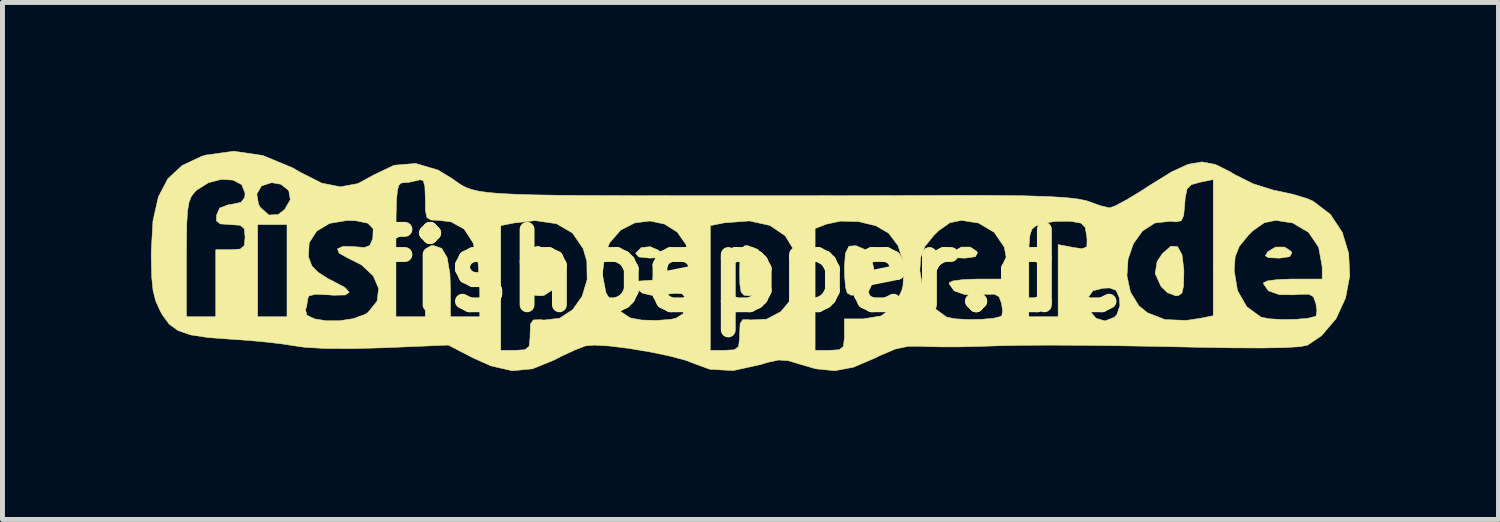
<source format=kicad_pcb>
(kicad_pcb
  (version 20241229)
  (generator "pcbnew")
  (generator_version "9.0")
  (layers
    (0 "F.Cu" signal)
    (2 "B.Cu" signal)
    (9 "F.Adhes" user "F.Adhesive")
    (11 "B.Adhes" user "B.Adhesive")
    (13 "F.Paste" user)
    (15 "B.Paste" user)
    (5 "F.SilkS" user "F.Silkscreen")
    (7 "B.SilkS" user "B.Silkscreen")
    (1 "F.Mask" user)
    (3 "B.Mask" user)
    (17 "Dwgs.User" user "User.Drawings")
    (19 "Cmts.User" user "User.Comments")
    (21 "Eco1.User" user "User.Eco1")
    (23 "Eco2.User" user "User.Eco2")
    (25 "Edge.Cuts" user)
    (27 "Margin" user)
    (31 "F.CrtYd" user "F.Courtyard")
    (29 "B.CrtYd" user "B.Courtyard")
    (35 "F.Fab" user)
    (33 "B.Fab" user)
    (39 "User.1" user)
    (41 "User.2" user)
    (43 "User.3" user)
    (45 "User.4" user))
  (footprint "fishpepper.de"
    (layer "F.Cu")
    (at 12.061 2.418)
    (property "Reference" "fishpepper.de" (at 0 0 0) (layer "F.SilkS") (effects (font (size 1.524 1.524) (thickness 0.3))))
    (attr through_hole)
    (fp_poly (pts (xy -1.809 -0.413) (xy -1.781 -0.385) (xy -1.732 -0.3) (xy -1.794 -0.262) (xy -1.986 -0.254) (xy -2.206 -0.277) (xy -2.268 -0.347) (xy -2.265 -0.36) (xy -2.156 -0.466) (xy -1.977 -0.485) (xy -1.809 -0.413)) (stroke (width 0.01) (type solid)) (fill yes) (layer "F.SilkS"))
    (fp_poly (pts (xy 4.622 -0.39) (xy 4.636 -0.36) (xy 4.593 -0.283) (xy 4.395 -0.254) (xy 4.357 -0.254) (xy 4.16 -0.263) (xy 4.102 -0.302) (xy 4.152 -0.385) (xy 4.308 -0.477) (xy 4.491 -0.477) (xy 4.622 -0.39)) (stroke (width 0.01) (type solid)) (fill yes) (layer "F.SilkS"))
    (fp_poly (pts (xy 10.972 -0.39) (xy 10.986 -0.36) (xy 10.943 -0.283) (xy 10.745 -0.254) (xy 10.707 -0.254) (xy 10.51 -0.263) (xy 10.452 -0.302) (xy 10.502 -0.385) (xy 10.658 -0.477) (xy 10.841 -0.477) (xy 10.972 -0.39)) (stroke (width 0.01) (type solid)) (fill yes) (layer "F.SilkS"))
    (fp_poly (pts (xy 8.677 -0.486) (xy 8.767 -0.324) (xy 8.805 -0.015) (xy 8.805 0.04) (xy 8.798 0.31) (xy 8.766 0.452) (xy 8.695 0.503) (xy 8.641 0.508) (xy 8.471 0.443) (xy 8.344 0.32) (xy 8.225 0.058) (xy 8.265 -0.186) (xy 8.369 -0.343) (xy 8.542 -0.495) (xy 8.677 -0.486)) (stroke (width 0.01) (type solid)) (fill yes) (layer "F.SilkS"))
    (fp_poly (pts (xy 0.194 -0.432) (xy 0.353 -0.237) (xy 0.423 0.026) (xy 0.423 0.053) (xy 0.367 0.33) (xy 0.199 0.479) (xy 0.025 0.508) (xy -0.083 0.495) (xy -0.141 0.429) (xy -0.165 0.271) (xy -0.169 0) (xy -0.162 -0.285) (xy -0.134 -0.44) (xy -0.072 -0.501) (xy -0.013 -0.508) (xy 0.194 -0.432)) (stroke (width 0.01) (type solid)) (fill yes) (layer "F.SilkS"))
    (fp_poly (pts (xy 2.376 -0.42) (xy 2.487 -0.278) (xy 2.54 -0.047) (xy 2.531 0.2) (xy 2.452 0.391) (xy 2.438 0.406) (xy 2.268 0.495) (xy 2.08 0.494) (xy 2.004 0.452) (xy 1.972 0.341) (xy 1.952 0.119) (xy 1.947 -0.056) (xy 1.967 -0.35) (xy 2.039 -0.494) (xy 2.182 -0.505) (xy 2.376 -0.42)) (stroke (width 0.01) (type solid)) (fill yes) (layer "F.SilkS"))
    (fp_poly (pts (xy -4.078 -0.431) (xy -4.068 -0.426) (xy -3.911 -0.266) (xy -3.845 -0.043) (xy -3.862 0.194) (xy -3.958 0.393) (xy -4.124 0.501) (xy -4.189 0.508) (xy -4.307 0.498) (xy -4.371 0.44) (xy -4.397 0.294) (xy -4.403 0.022) (xy -4.403 0) (xy -4.391 -0.305) (xy -4.345 -0.463) (xy -4.246 -0.498) (xy -4.078 -0.431)) (stroke (width 0.01) (type solid)) (fill yes) (layer "F.SilkS"))
    (fp_poly (pts (xy -9.801 -2.327) (xy -9.204 -2.08) (xy -9.047 -1.989) (xy -8.612 -1.769) (xy -8.234 -1.694) (xy -7.879 -1.76) (xy -7.576 -1.926) (xy -7.151 -2.13) (xy -6.712 -2.166) (xy -6.266 -2.034) (xy -5.981 -1.863) (xy -5.886 -1.794) (xy -5.798 -1.735) (xy -5.705 -1.684) (xy -5.593 -1.642) (xy -5.449 -1.608) (xy -5.26 -1.58) (xy -5.014 -1.559) (xy -4.697 -1.543) (xy -4.296 -1.531) (xy -3.799 -1.523) (xy -3.192 -1.518) (xy -2.462 -1.516) (xy -1.596 -1.515) (xy -0.582 -1.515) (xy 0.085 -1.515) (xy 0.777 -1.515) (xy 1.438 -1.515) (xy 2.042 -1.516) (xy 2.564 -1.516) (xy 2.979 -1.517) (xy 3.262 -1.518) (xy 3.344 -1.518) (xy 4.237 -1.522) (xy 4.974 -1.52) (xy 5.571 -1.513) (xy 6.041 -1.499) (xy 6.4 -1.478) (xy 6.661 -1.449) (xy 6.839 -1.413) (xy 6.902 -1.391) (xy 7.126 -1.31) (xy 7.296 -1.271) (xy 7.312 -1.27) (xy 7.43 -1.315) (xy 7.652 -1.434) (xy 7.94 -1.609) (xy 8.136 -1.736) (xy 8.557 -1.996) (xy 8.89 -2.149) (xy 9.173 -2.197) (xy 9.442 -2.146) (xy 9.735 -2.001) (xy 9.826 -1.944) (xy 10.205 -1.755) (xy 10.621 -1.625) (xy 10.695 -1.611) (xy 11.011 -1.543) (xy 11.299 -1.455) (xy 11.416 -1.404) (xy 11.766 -1.137) (xy 12.005 -0.774) (xy 12.134 -0.35) (xy 12.156 0.103) (xy 12.071 0.553) (xy 11.881 0.968) (xy 11.587 1.313) (xy 11.303 1.505) (xy 11.152 1.535) (xy 10.841 1.554) (xy 10.378 1.562) (xy 9.771 1.559) (xy 9.186 1.549) (xy 8.209 1.529) (xy 7.379 1.515) (xy 6.672 1.507) (xy 6.067 1.504) (xy 5.542 1.508) (xy 5.072 1.517) (xy 4.699 1.529) (xy 4.294 1.539) (xy 3.896 1.54) (xy 3.576 1.532) (xy 3.514 1.528) (xy 3.235 1.528) (xy 2.978 1.583) (xy 2.673 1.711) (xy 2.564 1.765) (xy 2.131 1.95) (xy 1.755 2.021) (xy 1.371 1.983) (xy 1.071 1.896) (xy 0.814 1.819) (xy 0.618 1.805) (xy 0.394 1.853) (xy 0.257 1.896) (xy -0.298 2.018) (xy -0.77 1.992) (xy -1.032 1.897) (xy -1.263 1.809) (xy -1.601 1.72) (xy -2 1.638) (xy -2.414 1.569) (xy -2.798 1.522) (xy -3.105 1.504) (xy -3.281 1.519) (xy -3.49 1.599) (xy -3.767 1.727) (xy -3.928 1.81) (xy -4.355 1.983) (xy -4.763 2.022) (xy -5.194 1.923) (xy -5.546 1.766) (xy -6.054 1.503) (xy -7.366 1.558) (xy -8.007 1.575) (xy -8.547 1.572) (xy -8.961 1.547) (xy -9.144 1.521) (xy -9.447 1.475) (xy -9.847 1.43) (xy -10.274 1.396) (xy -10.414 1.387) (xy -10.907 1.351) (xy -11.262 1.297) (xy -11.513 1.211) (xy -11.692 1.082) (xy -11.83 0.895) (xy -11.875 0.813) (xy -11.964 0.616) (xy -12.019 0.402) (xy -12.047 0.124) (xy -12.055 -0.238) (xy -11.345 -0.238) (xy -11.345 0.931) (xy -10.753 0.931) (xy -10.753 -0.423) (xy -10.456 -0.423) (xy -10.257 -0.437) (xy -10.176 -0.509) (xy -10.16 -0.677) (xy -10.176 -0.847) (xy -10.258 -0.917) (xy -10.457 -0.931) (xy -10.462 -0.931) (xy -9.906 -0.931) (xy -9.906 0.931) (xy -9.313 0.931) (xy -9.313 0.79) (xy -8.939 0.79) (xy -8.911 0.899) (xy -8.759 0.973) (xy -8.525 1.011) (xy -8.25 1.011) (xy -7.977 0.97) (xy -7.747 0.888) (xy -7.674 0.841) (xy -7.493 0.614) (xy -7.462 0.36) (xy -7.57 0.107) (xy -7.807 -0.116) (xy -8.065 -0.246) (xy -8.259 -0.352) (xy -8.287 -0.423) (xy -7.112 -0.423) (xy -7.112 0.931) (xy -6.519 0.931) (xy -6.519 0.212) (xy -6.516 -0.139) (xy -6.501 -0.352) (xy -6.467 -0.463) (xy -6.406 -0.504) (xy -6.353 -0.508) (xy -6.187 -0.45) (xy -6.078 -0.265) (xy -6.022 0.06) (xy -6.011 0.375) (xy -6.011 0.931) (xy -5.419 0.931) (xy -5.419 0.402) (xy -5.453 -0.156) (xy -5.556 -0.566) (xy -5.735 -0.84) (xy -5.861 -0.91) (xy -4.995 -0.91) (xy -4.995 1.609) (xy -4.699 1.609) (xy -4.506 1.597) (xy -4.423 1.53) (xy -4.403 1.357) (xy -4.403 1.287) (xy -4.394 1.079) (xy -4.338 0.995) (xy -4.191 0.99) (xy -4.122 0.998) (xy -3.806 0.96) (xy -3.543 0.789) (xy -3.352 0.519) (xy -3.25 0.181) (xy -3.252 0.067) (xy -2.943 0.067) (xy -2.87 0.446) (xy -2.68 0.752) (xy -2.387 0.95) (xy -2.371 0.956) (xy -2.149 0.997) (xy -1.85 1.006) (xy -1.562 0.983) (xy -1.46 0.963) (xy -1.312 0.87) (xy -1.27 0.672) (xy -1.27 0.671) (xy -1.278 0.529) (xy -1.333 0.465) (xy -1.478 0.458) (xy -1.677 0.48) (xy -1.954 0.496) (xy -2.13 0.455) (xy -2.243 0.37) (xy -2.317 0.288) (xy -2.316 0.239) (xy -2.214 0.211) (xy -1.984 0.195) (xy -1.794 0.187) (xy -1.185 0.162) (xy -1.185 -0.18) (xy -1.252 -0.525) (xy -1.43 -0.78) (xy -1.636 -0.91) (xy -0.762 -0.91) (xy -0.762 1.609) (xy -0.466 1.609) (xy -0.274 1.598) (xy -0.19 1.532) (xy -0.17 1.361) (xy -0.169 1.282) (xy -0.16 1.072) (xy -0.109 0.989) (xy 0.013 0.99) (xy 0.043 0.995) (xy 0.374 0.981) (xy 0.664 0.827) (xy 0.884 0.562) (xy 1.003 0.214) (xy 1.016 0.046) (xy 0.948 -0.38) (xy 0.753 -0.703) (xy 0.536 -0.851) (xy 1.355 -0.851) (xy 1.355 1.609) (xy 1.651 1.609) (xy 1.845 1.597) (xy 1.928 1.529) (xy 1.947 1.354) (xy 1.947 1.291) (xy 1.947 0.974) (xy 2.326 0.974) (xy 2.689 0.914) (xy 2.945 0.727) (xy 3.105 0.403) (xy 3.131 0.305) (xy 3.146 -0.005) (xy 3.471 -0.005) (xy 3.538 0.402) (xy 3.725 0.728) (xy 4.012 0.938) (xy 4.181 0.972) (xy 4.436 0.987) (xy 4.716 0.983) (xy 4.962 0.961) (xy 5.113 0.923) (xy 5.126 0.913) (xy 5.143 0.805) (xy 5.12 0.656) (xy 5.071 0.527) (xy 4.978 0.475) (xy 4.787 0.478) (xy 4.693 0.488) (xy 4.385 0.485) (xy 4.164 0.407) (xy 4.066 0.27) (xy 4.064 0.244) (xy 4.141 0.207) (xy 4.345 0.18) (xy 4.633 0.169) (xy 4.657 0.169) (xy 5.249 0.169) (xy 5.249 0.04) (xy 5.673 0.04) (xy 5.673 0.931) (xy 6.265 0.931) (xy 6.265 0.576) (xy 6.873 0.576) (xy 6.901 0.807) (xy 7.03 0.961) (xy 7.211 1.015) (xy 7.399 0.942) (xy 7.45 0.89) (xy 7.513 0.704) (xy 7.5 0.546) (xy 7.435 0.396) (xy 7.306 0.349) (xy 7.173 0.355) (xy 6.969 0.405) (xy 6.882 0.527) (xy 6.873 0.576) (xy 6.265 0.576) (xy 6.265 0.106) (xy 7.655 0.106) (xy 7.725 0.431) (xy 7.896 0.709) (xy 8.069 0.85) (xy 8.423 0.988) (xy 8.852 1.005) (xy 9.133 0.963) (xy 9.398 0.91) (xy 9.398 -0.005) (xy 9.821 -0.005) (xy 9.888 0.402) (xy 10.075 0.728) (xy 10.362 0.938) (xy 10.531 0.972) (xy 10.786 0.987) (xy 11.066 0.983) (xy 11.312 0.961) (xy 11.463 0.923) (xy 11.476 0.913) (xy 11.493 0.805) (xy 11.47 0.656) (xy 11.421 0.527) (xy 11.328 0.475) (xy 11.137 0.478) (xy 11.043 0.488) (xy 10.735 0.485) (xy 10.514 0.407) (xy 10.416 0.27) (xy 10.414 0.244) (xy 10.491 0.207) (xy 10.695 0.18) (xy 10.983 0.169) (xy 11.007 0.169) (xy 11.599 0.169) (xy 11.599 -0.081) (xy 11.527 -0.476) (xy 11.322 -0.776) (xy 11.005 -0.963) (xy 10.661 -1.016) (xy 10.43 -0.969) (xy 10.202 -0.809) (xy 10.106 -0.714) (xy 9.924 -0.49) (xy 9.841 -0.28) (xy 9.821 -0.005) (xy 9.398 -0.005) (xy 9.398 -1.841) (xy 9.123 -1.785) (xy 8.952 -1.736) (xy 8.867 -1.645) (xy 8.831 -1.46) (xy 8.823 -1.348) (xy 8.801 -1.114) (xy 8.752 -1.008) (xy 8.642 -0.987) (xy 8.525 -0.998) (xy 8.217 -0.962) (xy 7.967 -0.799) (xy 7.784 -0.543) (xy 7.677 -0.23) (xy 7.655 0.106) (xy 6.265 0.106) (xy 6.265 -0.527) (xy 6.567 -0.47) (xy 6.766 -0.441) (xy 6.845 -0.481) (xy 6.849 -0.627) (xy 6.843 -0.694) (xy 6.811 -0.874) (xy 6.727 -0.96) (xy 6.539 -0.994) (xy 6.472 -0.999) (xy 6.187 -0.994) (xy 5.933 -0.949) (xy 5.901 -0.938) (xy 5.799 -0.894) (xy 5.734 -0.833) (xy 5.696 -0.723) (xy 5.678 -0.529) (xy 5.673 -0.219) (xy 5.673 0.04) (xy 5.249 0.04) (xy 5.249 -0.081) (xy 5.177 -0.476) (xy 4.972 -0.776) (xy 4.655 -0.963) (xy 4.311 -1.016) (xy 4.08 -0.969) (xy 3.852 -0.809) (xy 3.756 -0.714) (xy 3.574 -0.49) (xy 3.491 -0.28) (xy 3.471 -0.005) (xy 3.146 -0.005) (xy 3.152 -0.118) (xy 3.032 -0.504) (xy 2.839 -0.759) (xy 2.583 -0.907) (xy 2.236 -0.991) (xy 1.87 -1.001) (xy 1.587 -0.941) (xy 1.355 -0.851) (xy 0.536 -0.851) (xy 0.442 -0.914) (xy 0.029 -1.005) (xy -0.476 -0.967) (xy -0.497 -0.963) (xy -0.762 -0.91) (xy -1.636 -0.91) (xy -1.684 -0.941) (xy -1.982 -1.004) (xy -2.288 -0.965) (xy -2.569 -0.822) (xy -2.79 -0.571) (xy -2.885 -0.351) (xy -2.943 0.067) (xy -3.252 0.067) (xy -3.256 -0.19) (xy -3.33 -0.445) (xy -3.545 -0.76) (xy -3.869 -0.949) (xy -4.298 -1.011) (xy -4.731 -0.963) (xy -4.995 -0.91) (xy -5.861 -0.91) (xy -5.995 -0.985) (xy -6.242 -1.016) (xy -6.405 -1.023) (xy -6.487 -1.074) (xy -6.516 -1.211) (xy -6.519 -1.448) (xy -6.528 -1.702) (xy -6.561 -1.821) (xy -6.63 -1.837) (xy -6.653 -1.829) (xy -6.856 -1.784) (xy -6.95 -1.778) (xy -7.01 -1.769) (xy -7.054 -1.724) (xy -7.083 -1.621) (xy -7.1 -1.434) (xy -7.109 -1.139) (xy -7.112 -0.711) (xy -7.112 -0.423) (xy -8.287 -0.423) (xy -8.294 -0.441) (xy -8.18 -0.492) (xy -7.966 -0.486) (xy -7.748 -0.468) (xy -7.639 -0.511) (xy -7.585 -0.638) (xy -7.58 -0.657) (xy -7.572 -0.846) (xy -7.678 -0.958) (xy -7.918 -1.008) (xy -8.095 -1.015) (xy -8.452 -0.956) (xy -8.715 -0.797) (xy -8.865 -0.563) (xy -8.88 -0.282) (xy -8.81 -0.094) (xy -8.687 0.031) (xy -8.473 0.168) (xy -8.387 0.209) (xy -8.139 0.342) (xy -8.056 0.438) (xy -8.136 0.491) (xy -8.378 0.496) (xy -8.467 0.489) (xy -8.737 0.477) (xy -8.868 0.509) (xy -8.89 0.556) (xy -8.919 0.731) (xy -8.939 0.79) (xy -9.313 0.79) (xy -9.313 -0.931) (xy -9.906 -0.931) (xy -10.462 -0.931) (xy -10.662 -0.945) (xy -10.738 -1.006) (xy -10.737 -1.122) (xy -10.673 -1.265) (xy -10.502 -1.331) (xy -10.435 -1.339) (xy -10.241 -1.381) (xy -10.167 -1.481) (xy -10.161 -1.55) (xy -9.923 -1.55) (xy -9.889 -1.341) (xy -9.855 -1.283) (xy -9.68 -1.124) (xy -9.494 -1.134) (xy -9.362 -1.234) (xy -9.246 -1.435) (xy -9.278 -1.62) (xy -9.438 -1.746) (xy -9.624 -1.778) (xy -9.827 -1.713) (xy -9.923 -1.55) (xy -10.161 -1.55) (xy -10.16 -1.566) (xy -10.228 -1.738) (xy -10.403 -1.83) (xy -10.641 -1.844) (xy -10.9 -1.777) (xy -11.135 -1.629) (xy -11.18 -1.585) (xy -11.247 -1.497) (xy -11.293 -1.381) (xy -11.322 -1.207) (xy -11.338 -0.944) (xy -11.344 -0.561) (xy -11.345 -0.238) (xy -12.055 -0.238) (xy -12.056 -0.264) (xy -12.056 -0.381) (xy -12.021 -1.006) (xy -11.912 -1.492) (xy -11.719 -1.859) (xy -11.431 -2.125) (xy -11.039 -2.309) (xy -10.951 -2.336) (xy -10.387 -2.413) (xy -9.801 -2.327)) (stroke (width 0.01) (type solid)) (fill yes) (layer "F.SilkS")))
  (gr_rect
    (start -3 -3)
    (end 27.222 7.444)
    (stroke (width 0.1) (type default))
    (fill no)
    (layer "Edge.Cuts")))
</source>
